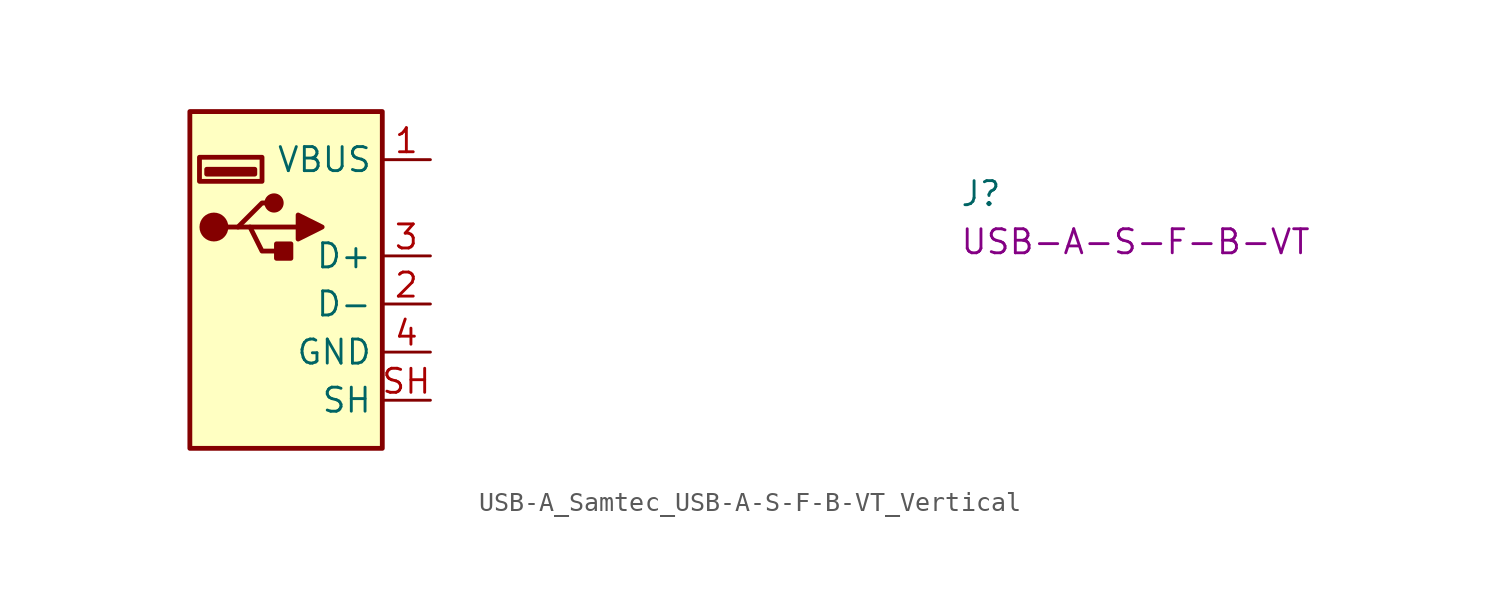
<source format=kicad_sym>
(kicad_symbol_lib
  (version 20220914)
  (generator kicad_symbol_editor)
  (symbol "USB-A_Samtec_USB-A-S-F-B-VT_Vertical"
    (property "Reference" "J"
      (at 27.94 -2.54 0)
      (effects (font (size 1.27 1.27) (thickness 0.15)) (justify left bottom)))
    (property "MPN" "USB-A-S-F-B-VT"
      (at 27.94 -5.08 0)
      (effects (font (size 1.27 1.27) (thickness 0.15)) (justify left bottom)))
    (symbol "USB-A_Samtec_USB-A-S-F-B-VT_Vertical_1_1"
      (rectangle (start -12.7 2.54) (end -2.54 -15.24) (stroke (width 0.254) (type default)) (fill (type background)))
      (rectangle (start -11.811 -0.508) (end -9.271 -0.762) (stroke (width 0.254) (type default)) (fill (type background)))
      (circle (center -11.43 -3.556) (radius 0.635) (stroke (width 0.254) (type default)) (fill (type outline)))
      (rectangle (start -8.89 -1.143) (end -12.192 0.127) (stroke (width 0.254) (type default)) (fill (type background)))
      (circle (center -8.255 -2.286) (radius 0.381) (stroke (width 0.254) (type default)) (fill (type outline)))
      (rectangle (start -7.366 -4.445) (end -8.128 -5.207) (stroke (width 0.254) (type default)) (fill (type outline)))
      (polyline (pts (xy -9.525 -3.556) (xy -6.985 -3.556)) (stroke (width 0.254) (type default)) (fill (type background)))
      (polyline (pts (xy -10.795 -3.556) (xy -10.16 -3.556) (xy -8.89 -2.286) (xy -8.255 -2.286)) (stroke (width 0.254) (type default)) (fill (type background)))
      (polyline (pts (xy -10.16 -3.556) (xy -9.525 -3.556) (xy -8.89 -4.826) (xy -7.62 -4.826)) (stroke (width 0.254) (type default)) (fill (type background)))
      (polyline (pts (xy -6.985 -2.921) (xy -6.985 -4.191) (xy -5.715 -3.556) (xy -6.985 -2.921)) (stroke (width 0.254) (type default)) (fill (type outline)))
      (pin passive line (at 0 0 180) (length 2.54) (name "VBUS" (effects (font (size 1.27 1.27)))) (number "1" (effects (font (size 1.27 1.27)))))
      (pin bidirectional line (at 0 -7.62 180) (length 2.54) (name "D-" (effects (font (size 1.27 1.27)))) (number "2" (effects (font (size 1.27 1.27)))))
      (pin bidirectional line (at 0 -5.08 180) (length 2.54) (name "D+" (effects (font (size 1.27 1.27)))) (number "3" (effects (font (size 1.27 1.27)))))
      (pin power_in line (at 0 -10.16 180) (length 2.54) (name "GND" (effects (font (size 1.27 1.27)))) (number "4" (effects (font (size 1.27 1.27)))))
      (pin passive line (at 0 -12.7 180) (length 2.54) (name "SH" (effects (font (size 1.27 1.27)))) (number "SH" (effects (font (size 1.27 1.27))))))))
</source>
